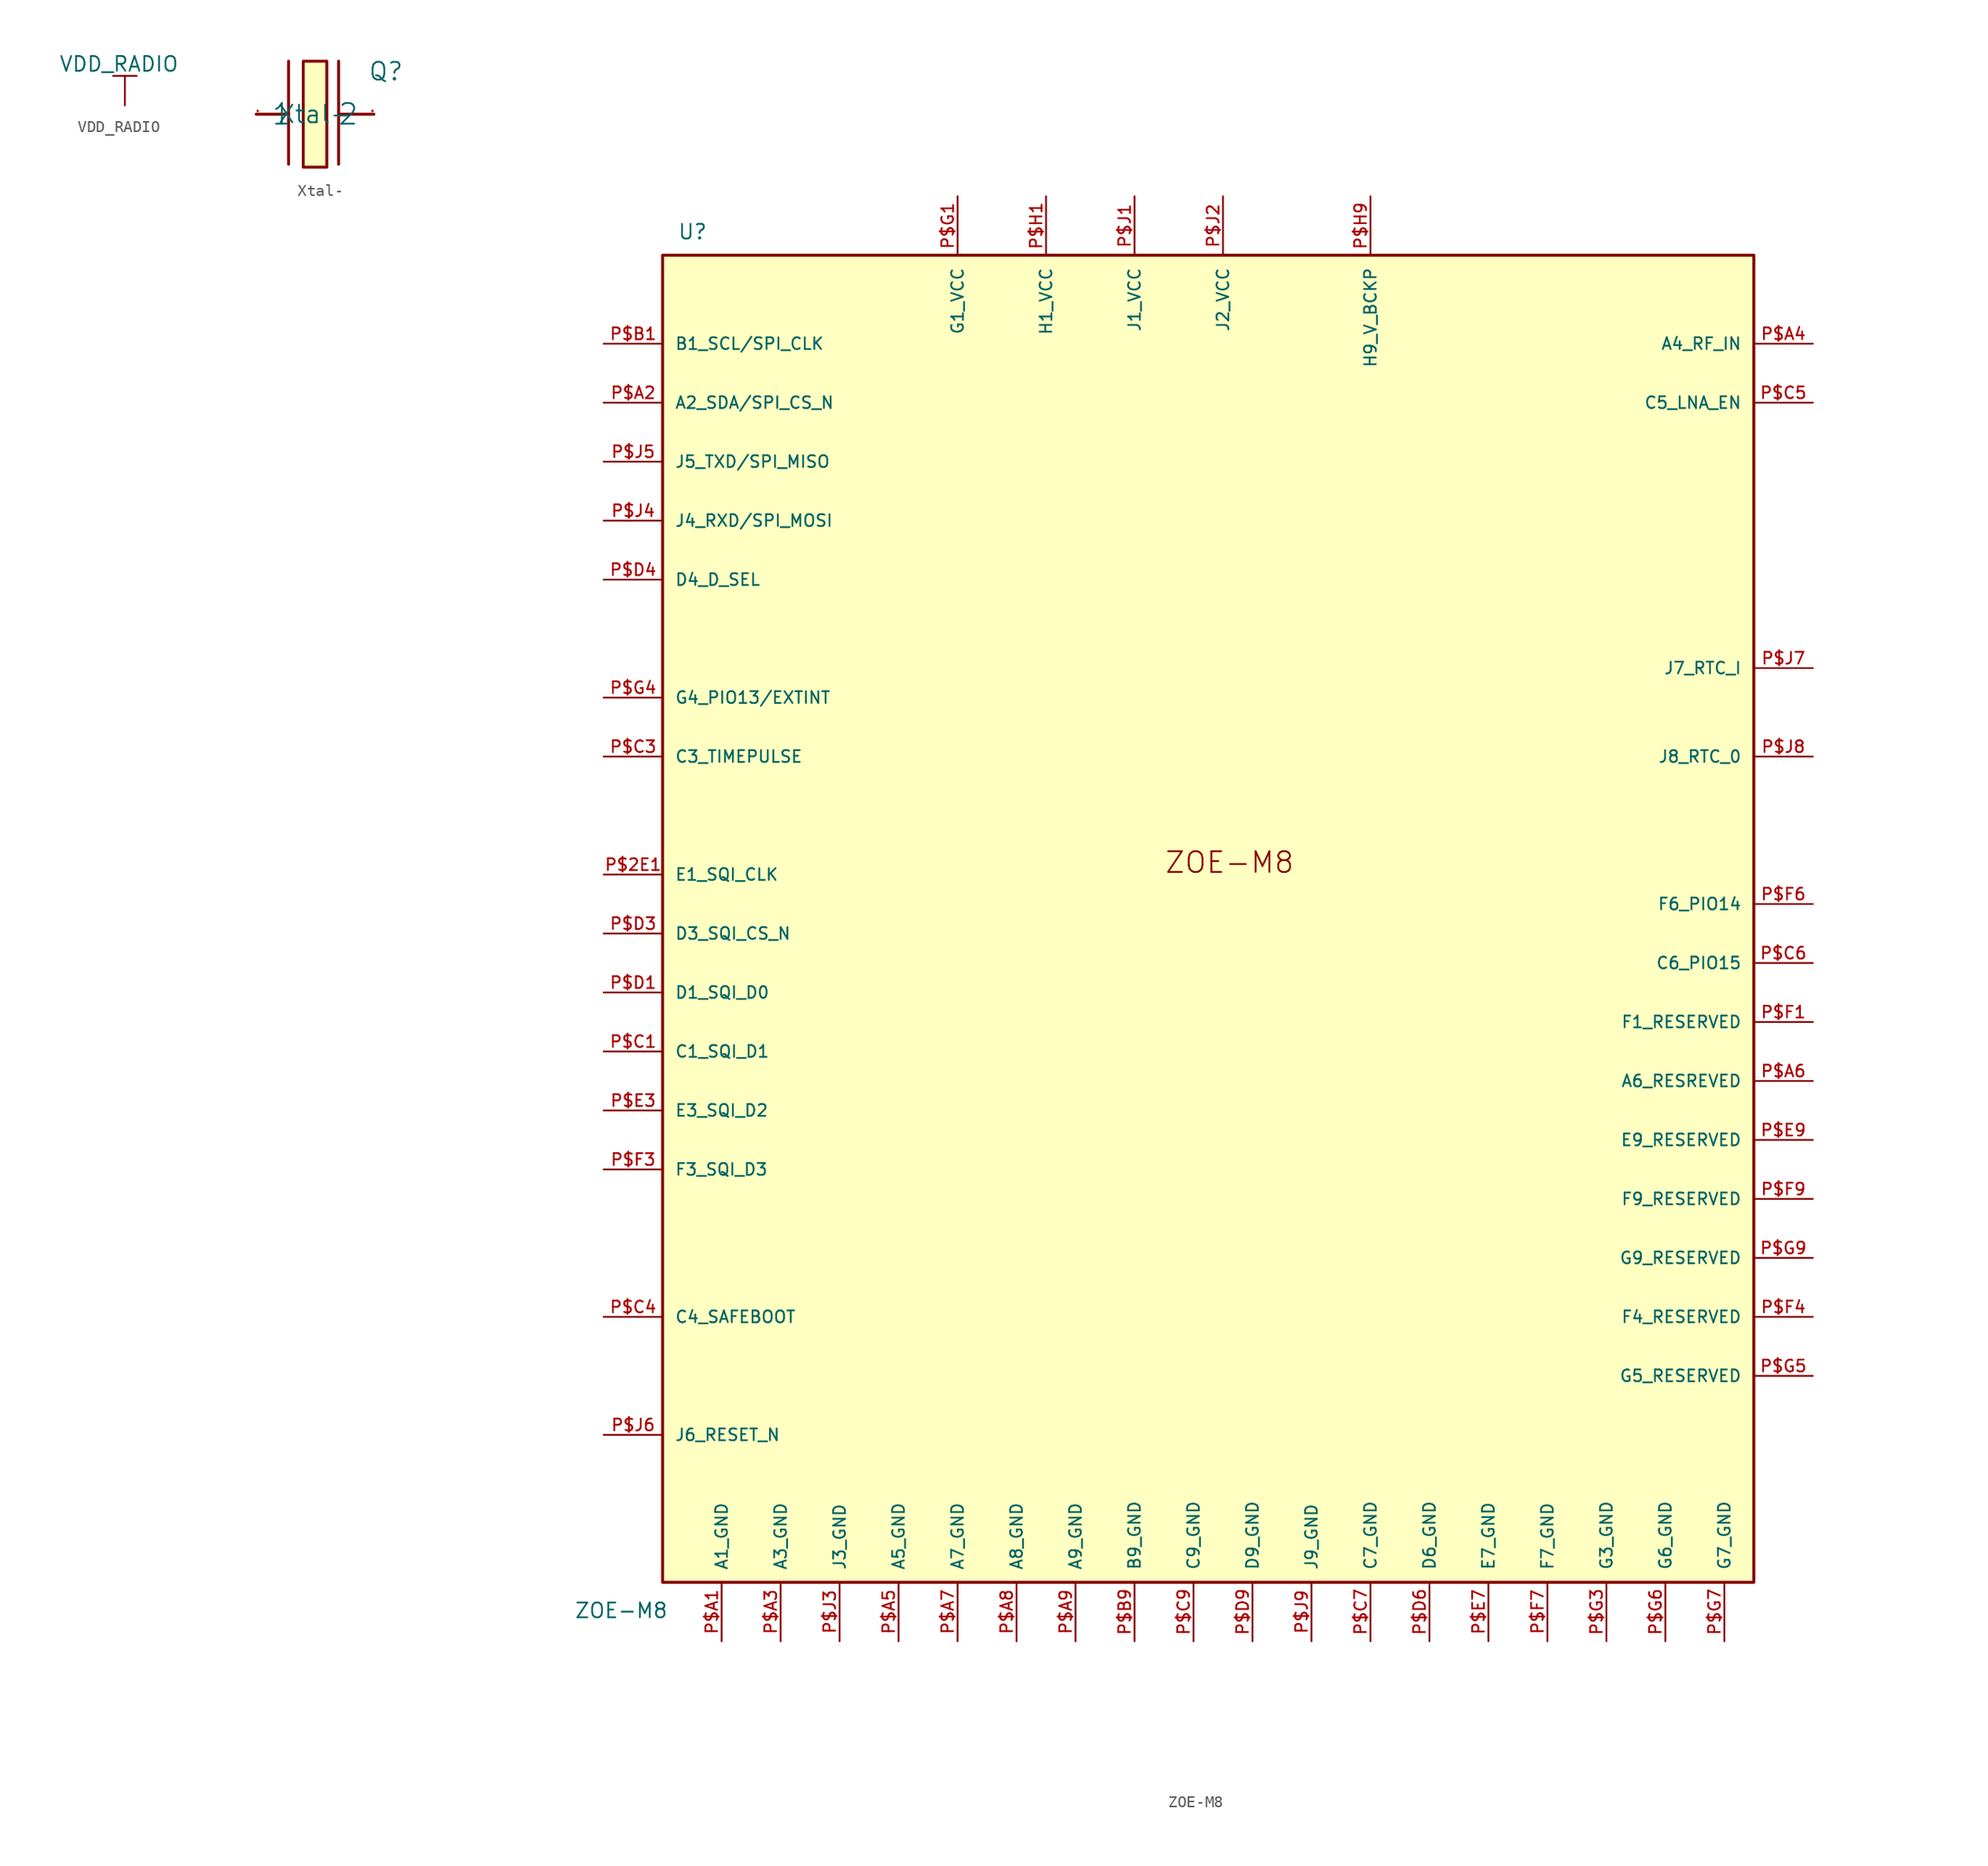
<source format=kicad_sym>
(kicad_symbol_lib
  (version 20211014)
  (generator kicad_symbol_editor)
  (symbol "VDD_RADIO"
    (power)
    (pin_names
      (offset 0))
    (property "Reference" "#PWR"
      (at -0.254 -6.35 0)
      (effects (font (size 1.27 1.27)) hide))
    (property "Value" "VDD_RADIO"
      (at -0.508 3.556 0)
      (effects (font (size 1.27 1.27))))
    (symbol "VDD_RADIO_1_1"
      (polyline (pts (xy -1.016 2.54) (xy 1.016 2.54)) (stroke (width 0) (type default) (color 0 0 0 0)) (fill (type none)))
      (polyline (pts (xy 0 0) (xy 0 2.54)) (stroke (width 0) (type default) (color 0 0 0 0)) (fill (type none)))
      (pin power_in line (at 0 0 90) (length 0) hide (name "VDD_RADIO" (effects (font (size 1.27 1.27)))) (number "1" (effects (font (size 1.27 1.27)))))))
  (symbol "Xtal-"
    (pin_names
      (offset 1.016))
    (property "Reference" "Q"
      (at 4.572 2.794 0)
      (effects (font (size 1.524 1.524)) (justify left bottom)))
    (property "Value" "Xtal-"
      (at 0 0 0)
      (effects (font (size 1.524 1.524))))
    (symbol "Xtal-_0_1"
      (rectangle (start -1.016 4.572) (end 1.016 -4.572) (stroke (width 0.254) (type default) (color 0 0 0 0)) (fill (type background)))
      (polyline (pts (xy -5.08 0) (xy -2.286 0)) (stroke (width 0.254) (type default) (color 0 0 0 0)) (fill (type none)))
      (polyline (pts (xy -2.286 4.572) (xy -2.286 -4.318)) (stroke (width 0.254) (type default) (color 0 0 0 0)) (fill (type none)))
      (polyline (pts (xy 2.032 4.572) (xy 2.032 -4.318)) (stroke (width 0.254) (type default) (color 0 0 0 0)) (fill (type none)))
      (polyline (pts (xy 5.08 0) (xy 2.032 0)) (stroke (width 0.254) (type default) (color 0 0 0 0)) (fill (type none)))
      (pin passive line (at -5.08 0 0) (length 0.254) (name "1" (effects (font (size 1.778 1.778)))) (number "1" (effects (font (size 0.025 0.025)))))
      (pin passive line (at 5.08 0 180) (length 0.254) (name "2" (effects (font (size 1.778 1.778)))) (number "2" (effects (font (size 0.025 0.025)))))))
  (symbol "ZOE-M8"
    (pin_names
      (offset 1.016))
    (property "Reference" "U"
      (at -69.85 90.17 0)
      (effects (font (size 1.27 1.27)) (justify left bottom)))
    (property "Value" "ZOE-M8"
      (at -78.74 -28.575 0)
      (effects (font (size 1.27 1.27)) (justify left bottom)))
    (symbol "ZOE-M8_0_0"
      (rectangle (start -71.12 -25.4) (end 22.86 88.9) (stroke (width 0.254) (type default) (color 0 0 0 0)) (fill (type background)))
      (text "ZOE-M8" (at -27.94 35.56 0) (effects (font (size 1.778 1.778)) (justify left bottom)))
      (pin bidirectional line (at -76.2 35.56 0) (length 5.08) (name "E1_SQI_CLK" (effects (font (size 1.016 1.016)))) (number "P$2E1" (effects (font (size 1.016 1.016)))))
      (pin power_in line (at -66.04 -30.48 90) (length 5.08) (name "A1_GND" (effects (font (size 1.016 1.016)))) (number "P$A1" (effects (font (size 1.016 1.016)))))
      (pin bidirectional line (at -76.2 76.2 0) (length 5.08) (name "A2_SDA/SPI_CS_N" (effects (font (size 1.016 1.016)))) (number "P$A2" (effects (font (size 1.016 1.016)))))
      (pin power_in line (at -60.96 -30.48 90) (length 5.08) (name "A3_GND" (effects (font (size 1.016 1.016)))) (number "P$A3" (effects (font (size 1.016 1.016)))))
      (pin input line (at 27.94 81.28 180) (length 5.08) (name "A4_RF_IN" (effects (font (size 1.016 1.016)))) (number "P$A4" (effects (font (size 1.016 1.016)))))
      (pin power_in line (at -50.8 -30.48 90) (length 5.08) (name "A5_GND" (effects (font (size 1.016 1.016)))) (number "P$A5" (effects (font (size 1.016 1.016)))))
      (pin bidirectional line (at 27.94 17.78 180) (length 5.08) (name "A6_RESREVED" (effects (font (size 1.016 1.016)))) (number "P$A6" (effects (font (size 1.016 1.016)))))
      (pin power_in line (at -45.72 -30.48 90) (length 5.08) (name "A7_GND" (effects (font (size 1.016 1.016)))) (number "P$A7" (effects (font (size 1.016 1.016)))))
      (pin power_in line (at -40.64 -30.48 90) (length 5.08) (name "A8_GND" (effects (font (size 1.016 1.016)))) (number "P$A8" (effects (font (size 1.016 1.016)))))
      (pin power_in line (at -35.56 -30.48 90) (length 5.08) (name "A9_GND" (effects (font (size 1.016 1.016)))) (number "P$A9" (effects (font (size 1.016 1.016)))))
      (pin bidirectional line (at -76.2 81.28 0) (length 5.08) (name "B1_SCL/SPI_CLK" (effects (font (size 1.016 1.016)))) (number "P$B1" (effects (font (size 1.016 1.016)))))
      (pin power_in line (at -30.48 -30.48 90) (length 5.08) (name "B9_GND" (effects (font (size 1.016 1.016)))) (number "P$B9" (effects (font (size 1.016 1.016)))))
      (pin bidirectional line (at -76.2 20.32 0) (length 5.08) (name "C1_SQI_D1" (effects (font (size 1.016 1.016)))) (number "P$C1" (effects (font (size 1.016 1.016)))))
      (pin bidirectional line (at -76.2 45.72 0) (length 5.08) (name "C3_TIMEPULSE" (effects (font (size 1.016 1.016)))) (number "P$C3" (effects (font (size 1.016 1.016)))))
      (pin bidirectional line (at -76.2 -2.54 0) (length 5.08) (name "C4_SAFEBOOT" (effects (font (size 1.016 1.016)))) (number "P$C4" (effects (font (size 1.016 1.016)))))
      (pin bidirectional line (at 27.94 76.2 180) (length 5.08) (name "C5_LNA_EN" (effects (font (size 1.016 1.016)))) (number "P$C5" (effects (font (size 1.016 1.016)))))
      (pin bidirectional line (at 27.94 27.94 180) (length 5.08) (name "C6_PIO15" (effects (font (size 1.016 1.016)))) (number "P$C6" (effects (font (size 1.016 1.016)))))
      (pin power_in line (at -10.16 -30.48 90) (length 5.08) (name "C7_GND" (effects (font (size 1.016 1.016)))) (number "P$C7" (effects (font (size 1.016 1.016)))))
      (pin power_in line (at -25.4 -30.48 90) (length 5.08) (name "C9_GND" (effects (font (size 1.016 1.016)))) (number "P$C9" (effects (font (size 1.016 1.016)))))
      (pin bidirectional line (at -76.2 25.4 0) (length 5.08) (name "D1_SQI_D0" (effects (font (size 1.016 1.016)))) (number "P$D1" (effects (font (size 1.016 1.016)))))
      (pin bidirectional line (at -76.2 30.48 0) (length 5.08) (name "D3_SQI_CS_N" (effects (font (size 1.016 1.016)))) (number "P$D3" (effects (font (size 1.016 1.016)))))
      (pin bidirectional line (at -76.2 60.96 0) (length 5.08) (name "D4_D_SEL" (effects (font (size 1.016 1.016)))) (number "P$D4" (effects (font (size 1.016 1.016)))))
      (pin power_in line (at -5.08 -30.48 90) (length 5.08) (name "D6_GND" (effects (font (size 1.016 1.016)))) (number "P$D6" (effects (font (size 1.016 1.016)))))
      (pin power_in line (at -20.32 -30.48 90) (length 5.08) (name "D9_GND" (effects (font (size 1.016 1.016)))) (number "P$D9" (effects (font (size 1.016 1.016)))))
      (pin bidirectional line (at -76.2 15.24 0) (length 5.08) (name "E3_SQI_D2" (effects (font (size 1.016 1.016)))) (number "P$E3" (effects (font (size 1.016 1.016)))))
      (pin power_in line (at 0 -30.48 90) (length 5.08) (name "E7_GND" (effects (font (size 1.016 1.016)))) (number "P$E7" (effects (font (size 1.016 1.016)))))
      (pin bidirectional line (at 27.94 12.7 180) (length 5.08) (name "E9_RESERVED" (effects (font (size 1.016 1.016)))) (number "P$E9" (effects (font (size 1.016 1.016)))))
      (pin bidirectional line (at 27.94 22.86 180) (length 5.08) (name "F1_RESERVED" (effects (font (size 1.016 1.016)))) (number "P$F1" (effects (font (size 1.016 1.016)))))
      (pin bidirectional line (at -76.2 10.16 0) (length 5.08) (name "F3_SQI_D3" (effects (font (size 1.016 1.016)))) (number "P$F3" (effects (font (size 1.016 1.016)))))
      (pin bidirectional line (at 27.94 -2.54 180) (length 5.08) (name "F4_RESERVED" (effects (font (size 1.016 1.016)))) (number "P$F4" (effects (font (size 1.016 1.016)))))
      (pin bidirectional line (at 27.94 33.02 180) (length 5.08) (name "F6_PIO14" (effects (font (size 1.016 1.016)))) (number "P$F6" (effects (font (size 1.016 1.016)))))
      (pin power_in line (at 5.08 -30.48 90) (length 5.08) (name "F7_GND" (effects (font (size 1.016 1.016)))) (number "P$F7" (effects (font (size 1.016 1.016)))))
      (pin bidirectional line (at 27.94 7.62 180) (length 5.08) (name "F9_RESERVED" (effects (font (size 1.016 1.016)))) (number "P$F9" (effects (font (size 1.016 1.016)))))
      (pin power_in line (at -45.72 93.98 270) (length 5.08) (name "G1_VCC" (effects (font (size 1.016 1.016)))) (number "P$G1" (effects (font (size 1.016 1.016)))))
      (pin power_in line (at 10.16 -30.48 90) (length 5.08) (name "G3_GND" (effects (font (size 1.016 1.016)))) (number "P$G3" (effects (font (size 1.016 1.016)))))
      (pin bidirectional line (at -76.2 50.8 0) (length 5.08) (name "G4_PIO13/EXTINT" (effects (font (size 1.016 1.016)))) (number "P$G4" (effects (font (size 1.016 1.016)))))
      (pin bidirectional line (at 27.94 -7.62 180) (length 5.08) (name "G5_RESERVED" (effects (font (size 1.016 1.016)))) (number "P$G5" (effects (font (size 1.016 1.016)))))
      (pin power_in line (at 15.24 -30.48 90) (length 5.08) (name "G6_GND" (effects (font (size 1.016 1.016)))) (number "P$G6" (effects (font (size 1.016 1.016)))))
      (pin power_in line (at 20.32 -30.48 90) (length 5.08) (name "G7_GND" (effects (font (size 1.016 1.016)))) (number "P$G7" (effects (font (size 1.016 1.016)))))
      (pin bidirectional line (at 27.94 2.54 180) (length 5.08) (name "G9_RESERVED" (effects (font (size 1.016 1.016)))) (number "P$G9" (effects (font (size 1.016 1.016)))))
      (pin power_in line (at -38.1 93.98 270) (length 5.08) (name "H1_VCC" (effects (font (size 1.016 1.016)))) (number "P$H1" (effects (font (size 1.016 1.016)))))
      (pin power_in line (at -10.16 93.98 270) (length 5.08) (name "H9_V_BCKP" (effects (font (size 1.016 1.016)))) (number "P$H9" (effects (font (size 1.016 1.016)))))
      (pin power_in line (at -30.48 93.98 270) (length 5.08) (name "J1_VCC" (effects (font (size 1.016 1.016)))) (number "P$J1" (effects (font (size 1.016 1.016)))))
      (pin power_in line (at -22.86 93.98 270) (length 5.08) (name "J2_VCC" (effects (font (size 1.016 1.016)))) (number "P$J2" (effects (font (size 1.016 1.016)))))
      (pin power_in line (at -55.88 -30.48 90) (length 5.08) (name "J3_GND" (effects (font (size 1.016 1.016)))) (number "P$J3" (effects (font (size 1.016 1.016)))))
      (pin bidirectional line (at -76.2 66.04 0) (length 5.08) (name "J4_RXD/SPI_MOSI" (effects (font (size 1.016 1.016)))) (number "P$J4" (effects (font (size 1.016 1.016)))))
      (pin bidirectional line (at -76.2 71.12 0) (length 5.08) (name "J5_TXD/SPI_MISO" (effects (font (size 1.016 1.016)))) (number "P$J5" (effects (font (size 1.016 1.016)))))
      (pin bidirectional line (at -76.2 -12.7 0) (length 5.08) (name "J6_RESET_N" (effects (font (size 1.016 1.016)))) (number "P$J6" (effects (font (size 1.016 1.016)))))
      (pin bidirectional line (at 27.94 53.34 180) (length 5.08) (name "J7_RTC_I" (effects (font (size 1.016 1.016)))) (number "P$J7" (effects (font (size 1.016 1.016)))))
      (pin bidirectional line (at 27.94 45.72 180) (length 5.08) (name "J8_RTC_0" (effects (font (size 1.016 1.016)))) (number "P$J8" (effects (font (size 1.016 1.016)))))
      (pin power_in line (at -15.24 -30.48 90) (length 5.08) (name "J9_GND" (effects (font (size 1.016 1.016)))) (number "P$J9" (effects (font (size 1.016 1.016))))))))
</source>
